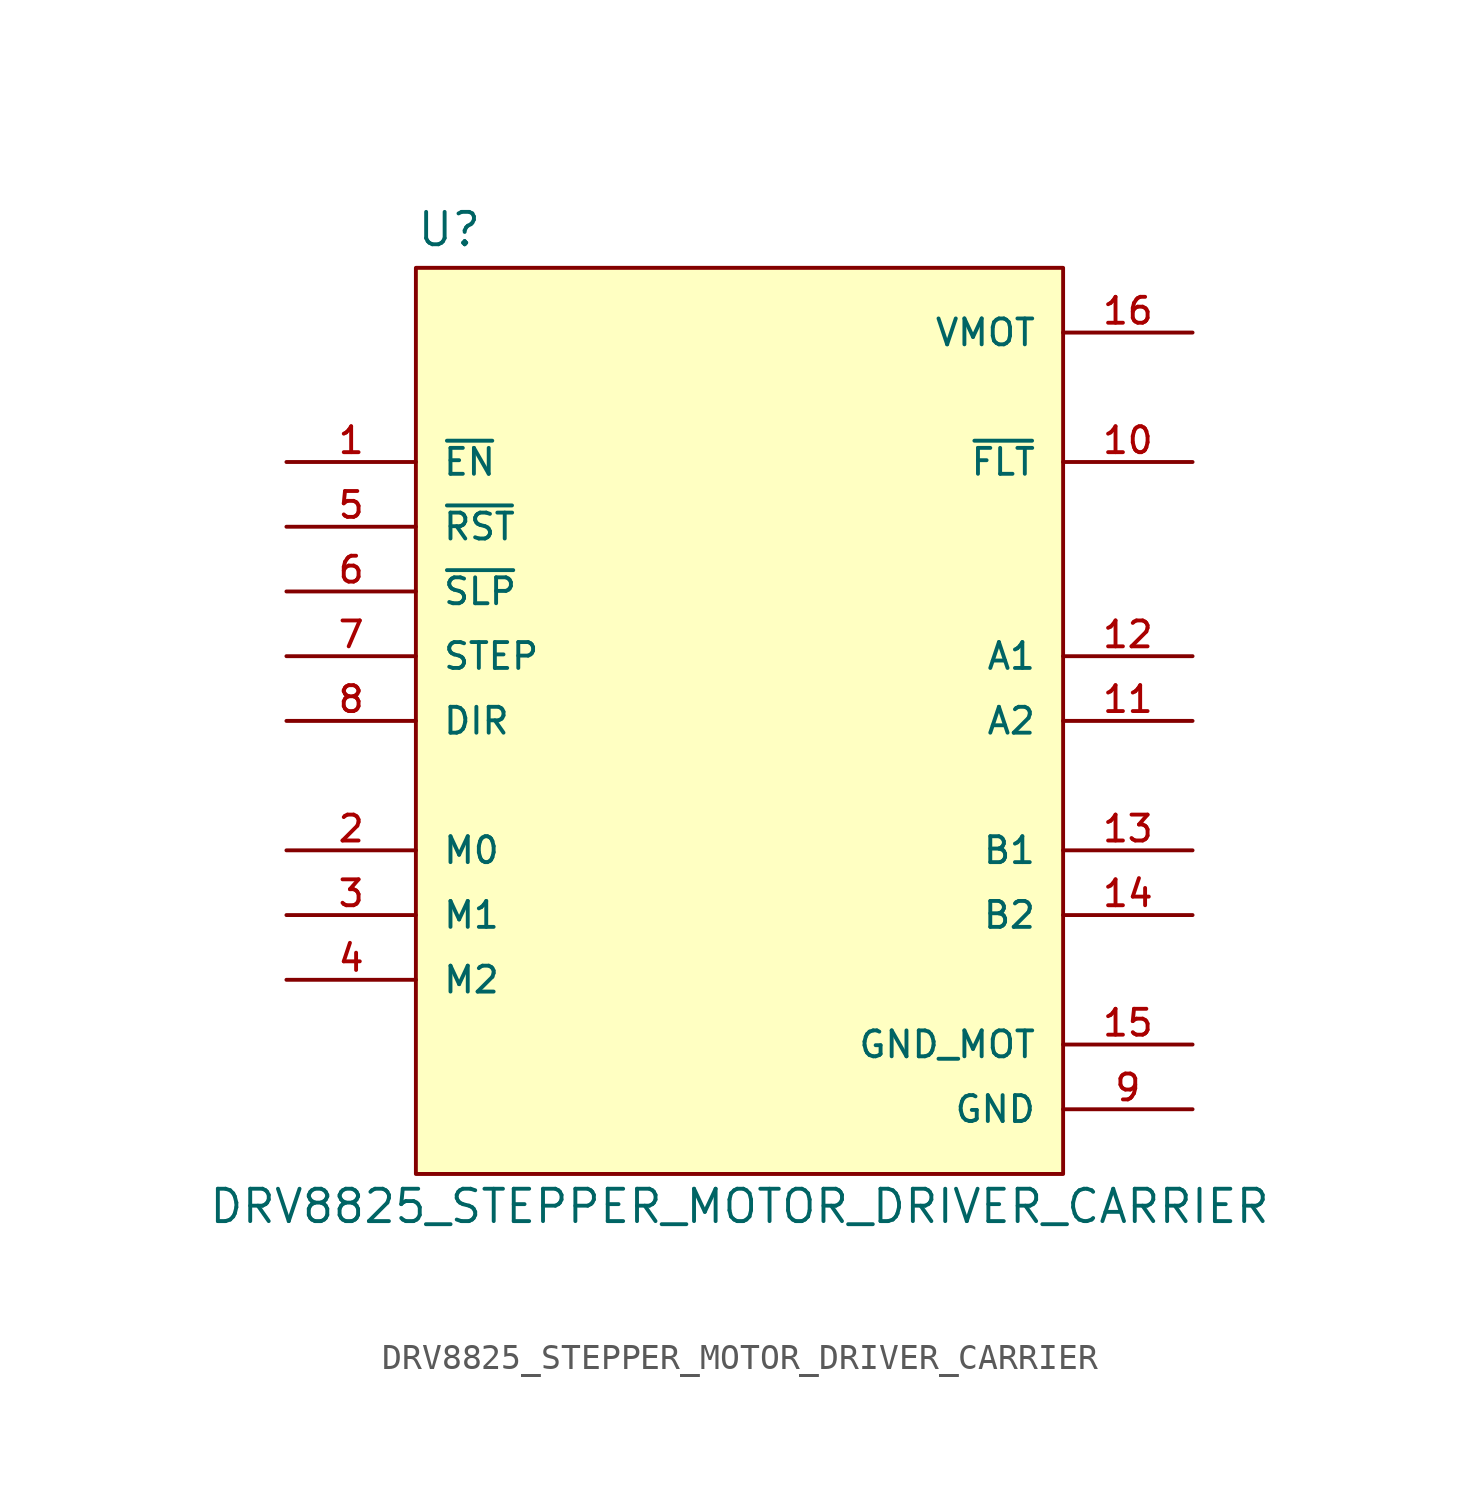
<source format=kicad_sym>
(kicad_symbol_lib
  (version 20220914)
  (generator kicad_symbol_editor)
  (symbol "DRV8825_STEPPER_MOTOR_DRIVER_CARRIER"
    (pin_names
      (offset 1.016))
    (property "Reference" "U"
      (at -12.7 18.542 0)
      (effects (font (size 1.27 1.27)) (justify left bottom)))
    (property "Value" "DRV8825_STEPPER_MOTOR_DRIVER_CARRIER"
      (at 0 -19.05 0)
      (effects (font (size 1.27 1.27))))
    (symbol "DRV8825_STEPPER_MOTOR_DRIVER_CARRIER_0_0"
      (rectangle (start -12.7 -17.78) (end 12.7 17.78) (stroke (width 0.152) (type default)) (fill (type background)))
      (pin input line (at -17.78 10.16 0) (length 5.08) (name "~{EN}" (effects (font (size 1.016 1.016)))) (number "1" (effects (font (size 1.016 1.016)))))
      (pin output line (at 17.78 10.16 180) (length 5.08) (name "~{FLT}" (effects (font (size 1.016 1.016)))) (number "10" (effects (font (size 1.016 1.016)))))
      (pin output line (at 17.78 0 180) (length 5.08) (name "A2" (effects (font (size 1.016 1.016)))) (number "11" (effects (font (size 1.016 1.016)))))
      (pin output line (at 17.78 2.54 180) (length 5.08) (name "A1" (effects (font (size 1.016 1.016)))) (number "12" (effects (font (size 1.016 1.016)))))
      (pin output line (at 17.78 -5.08 180) (length 5.08) (name "B1" (effects (font (size 1.016 1.016)))) (number "13" (effects (font (size 1.016 1.016)))))
      (pin output line (at 17.78 -7.62 180) (length 5.08) (name "B2" (effects (font (size 1.016 1.016)))) (number "14" (effects (font (size 1.016 1.016)))))
      (pin power_in line (at 17.78 -12.7 180) (length 5.08) (name "GND_MOT" (effects (font (size 1.016 1.016)))) (number "15" (effects (font (size 1.016 1.016)))))
      (pin power_in line (at 17.78 15.24 180) (length 5.08) (name "VMOT" (effects (font (size 1.016 1.016)))) (number "16" (effects (font (size 1.016 1.016)))))
      (pin input line (at -17.78 -5.08 0) (length 5.08) (name "M0" (effects (font (size 1.016 1.016)))) (number "2" (effects (font (size 1.016 1.016)))))
      (pin input line (at -17.78 -7.62 0) (length 5.08) (name "M1" (effects (font (size 1.016 1.016)))) (number "3" (effects (font (size 1.016 1.016)))))
      (pin input line (at -17.78 -10.16 0) (length 5.08) (name "M2" (effects (font (size 1.016 1.016)))) (number "4" (effects (font (size 1.016 1.016)))))
      (pin input line (at -17.78 7.62 0) (length 5.08) (name "~{RST}" (effects (font (size 1.016 1.016)))) (number "5" (effects (font (size 1.016 1.016)))))
      (pin input line (at -17.78 5.08 0) (length 5.08) (name "~{SLP}" (effects (font (size 1.016 1.016)))) (number "6" (effects (font (size 1.016 1.016)))))
      (pin input line (at -17.78 2.54 0) (length 5.08) (name "STEP" (effects (font (size 1.016 1.016)))) (number "7" (effects (font (size 1.016 1.016)))))
      (pin input line (at -17.78 0 0) (length 5.08) (name "DIR" (effects (font (size 1.016 1.016)))) (number "8" (effects (font (size 1.016 1.016)))))
      (pin power_in line (at 17.78 -15.24 180) (length 5.08) (name "GND" (effects (font (size 1.016 1.016)))) (number "9" (effects (font (size 1.016 1.016))))))))
</source>
